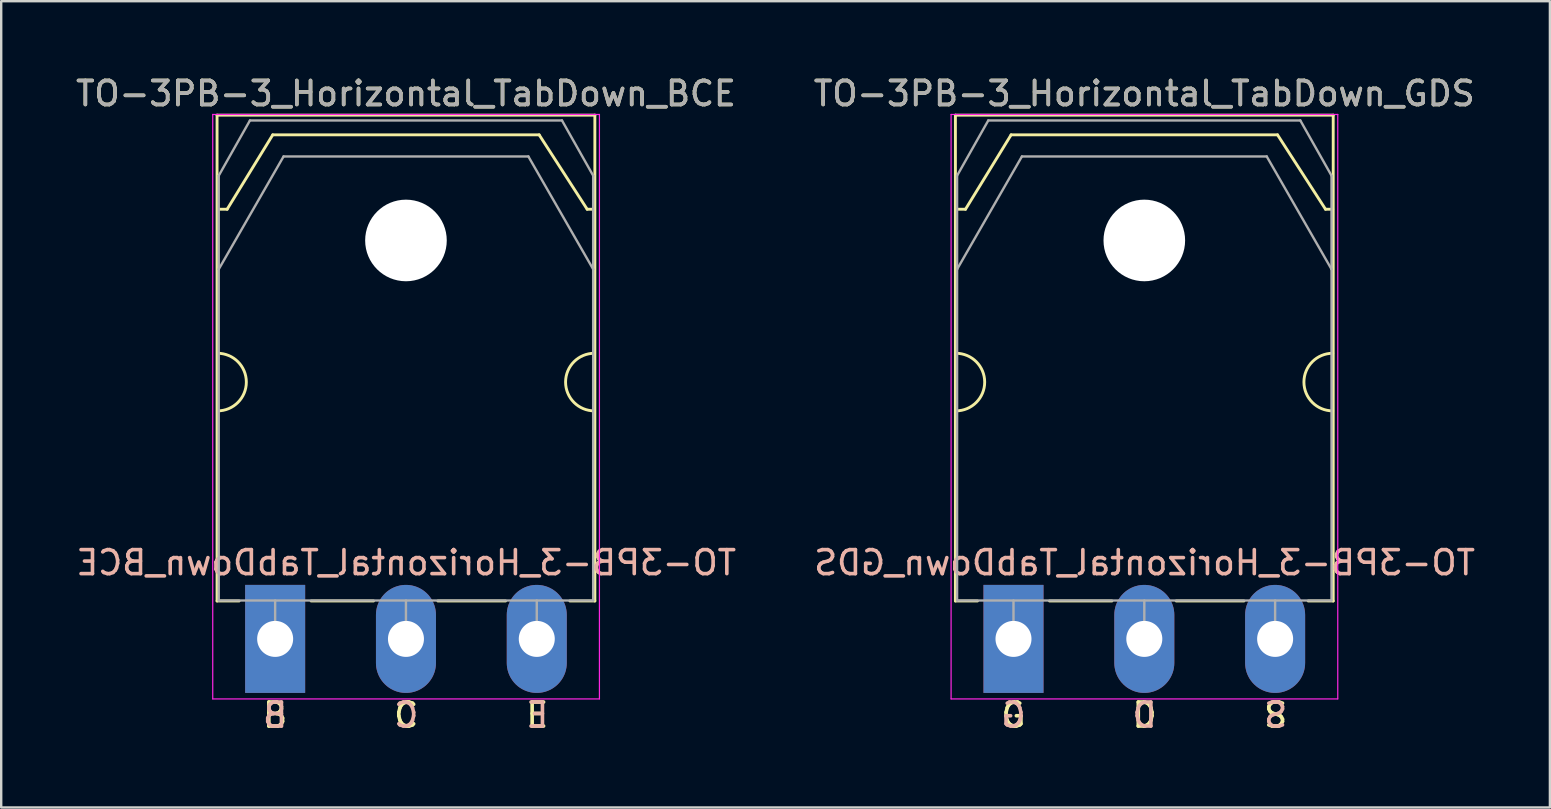
<source format=kicad_pcb>
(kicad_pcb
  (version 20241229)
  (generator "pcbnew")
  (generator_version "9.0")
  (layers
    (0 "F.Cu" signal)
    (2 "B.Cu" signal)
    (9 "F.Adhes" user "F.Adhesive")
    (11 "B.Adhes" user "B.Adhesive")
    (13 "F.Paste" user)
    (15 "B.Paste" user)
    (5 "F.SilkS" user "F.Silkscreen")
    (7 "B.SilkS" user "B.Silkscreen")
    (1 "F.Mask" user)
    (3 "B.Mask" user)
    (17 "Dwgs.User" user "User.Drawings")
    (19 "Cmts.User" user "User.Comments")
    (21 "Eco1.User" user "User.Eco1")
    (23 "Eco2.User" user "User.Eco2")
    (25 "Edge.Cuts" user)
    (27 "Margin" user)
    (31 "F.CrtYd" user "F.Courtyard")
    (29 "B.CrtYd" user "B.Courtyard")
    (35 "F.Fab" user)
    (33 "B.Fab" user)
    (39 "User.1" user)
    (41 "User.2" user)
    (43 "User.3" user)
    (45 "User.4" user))
  (footprint "TO-3PB-3_Horizontal_TabDown_GDS"
    (layer "F.Cu")
    (at 39.174 23.568)
    (property "Reference" "TO-3PB-3_Horizontal_TabDown_GDS" (at 5.45 -22.72 0) (layer "F.SilkS") (effects (font (size 1 1) (thickness 0.15))))
    (fp_line (start -2.42 -21.82) (end -2.42 -1.58) (stroke (width 0.12) (type solid)) (layer "F.SilkS"))
    (fp_line (start -2.42 -21.82) (end 13.32 -21.82) (stroke (width 0.12) (type solid)) (layer "F.SilkS"))
    (fp_line (start -2.42 -1.58) (end -1.5 -1.58) (stroke (width 0.12) (type solid)) (layer "F.SilkS"))
    (fp_line (start -2 -17.9) (end -2.4 -17.9) (stroke (width 0.12) (type solid)) (layer "F.SilkS"))
    (fp_line (start -2 -17.9) (end -0.1 -21) (stroke (width 0.12) (type solid)) (layer "F.SilkS"))
    (fp_line (start -0.1 -21) (end 11 -21) (stroke (width 0.12) (type solid)) (layer "F.SilkS"))
    (fp_line (start 1.5 -1.58) (end 4.1 -1.58) (stroke (width 0.12) (type solid)) (layer "F.SilkS"))
    (fp_line (start 6.78 -1.58) (end 9.6 -1.58) (stroke (width 0.12) (type solid)) (layer "F.SilkS"))
    (fp_line (start 11 -21) (end 13 -17.9) (stroke (width 0.12) (type solid)) (layer "F.SilkS"))
    (fp_line (start 12.28 -1.58) (end 13.32 -1.58) (stroke (width 0.12) (type solid)) (layer "F.SilkS"))
    (fp_line (start 13 -17.9) (end 13.3 -17.9) (stroke (width 0.12) (type solid)) (layer "F.SilkS"))
    (fp_line (start 13.32 -21.82) (end 13.32 -1.58) (stroke (width 0.12) (type solid)) (layer "F.SilkS"))
    (fp_arc (start -2.4 -11.9) (mid -1.2 -10.7) (end -2.4 -9.5) (stroke (width 0.12) (type solid)) (layer "F.SilkS"))
    (fp_arc (start 13.3 -9.5) (mid 12.1 -10.7) (end 13.3 -11.9) (stroke (width 0.12) (type solid)) (layer "F.SilkS"))
    (fp_line (start -2.6 -21.85) (end -2.6 2.5) (stroke (width 0.05) (type solid)) (layer "F.CrtYd"))
    (fp_line (start -2.6 2.5) (end 13.51 2.5) (stroke (width 0.05) (type solid)) (layer "F.CrtYd"))
    (fp_line (start 13.51 -21.85) (end -2.6 -21.85) (stroke (width 0.05) (type solid)) (layer "F.CrtYd"))
    (fp_line (start 13.51 2.5) (end 13.51 -21.85) (stroke (width 0.05) (type solid)) (layer "F.CrtYd"))
    (fp_line (start -2.35 -19.3) (end -1.05 -21.6) (stroke (width 0.1) (type solid)) (layer "F.Fab"))
    (fp_line (start -2.35 -15.401) (end -2.35 -19.3) (stroke (width 0.1) (type solid)) (layer "F.Fab"))
    (fp_line (start -2.35 -15.401) (end 0.351 -20.1) (stroke (width 0.1) (type solid)) (layer "F.Fab"))
    (fp_line (start -2.35 -1.6) (end -2.35 -15.401) (stroke (width 0.1) (type solid)) (layer "F.Fab"))
    (fp_line (start -1.05 -21.6) (end 11.95 -21.6) (stroke (width 0.1) (type solid)) (layer "F.Fab"))
    (fp_line (start 0 -1.6) (end 0 0) (stroke (width 0.1) (type solid)) (layer "F.Fab"))
    (fp_line (start 0.351 -20.1) (end 10.55 -20.1) (stroke (width 0.1) (type solid)) (layer "F.Fab"))
    (fp_line (start 5.45 -1.6) (end 5.45 0) (stroke (width 0.1) (type solid)) (layer "F.Fab"))
    (fp_line (start 10.55 -20.1) (end 13.25 -15.401) (stroke (width 0.1) (type solid)) (layer "F.Fab"))
    (fp_line (start 10.9 -1.6) (end 10.9 0) (stroke (width 0.1) (type solid)) (layer "F.Fab"))
    (fp_line (start 11.95 -21.6) (end 13.25 -19.3) (stroke (width 0.1) (type solid)) (layer "F.Fab"))
    (fp_line (start 13.25 -19.3) (end 13.25 -15.401) (stroke (width 0.1) (type solid)) (layer "F.Fab"))
    (fp_line (start 13.25 -15.401) (end 13.25 -1.6) (stroke (width 0.1) (type solid)) (layer "F.Fab"))
    (fp_line (start 13.25 -1.6) (end -2.35 -1.6) (stroke (width 0.1) (type solid)) (layer "F.Fab"))
    (fp_circle (center 5.45 -16.6) (end 7.05 -16.6) (stroke (width 0.1) (type solid)) (fill no) (layer "F.Fab"))
    (fp_text user "G" (at 0 3.175 0) (unlocked yes) (layer "F.SilkS") (effects (font (size 1 1) (thickness 0.15))))
    (fp_text user "D" (at 5.461 3.175 0) (unlocked yes) (layer "F.SilkS") (effects (font (size 1 1) (thickness 0.15))))
    (fp_text user "S" (at 10.922 3.175 0) (unlocked yes) (layer "F.SilkS") (effects (font (size 1 1) (thickness 0.15))))
    (fp_text user "S" (at 10.922 3.175 0) (unlocked yes) (layer "B.SilkS") (effects (font (size 1 1) (thickness 0.15)) (justify mirror)))
    (fp_text user "G" (at 0 3.175 0) (unlocked yes) (layer "B.SilkS") (effects (font (size 1 1) (thickness 0.15)) (justify mirror)))
    (fp_text user "D" (at 5.461 3.175 0) (unlocked yes) (layer "B.SilkS") (effects (font (size 1 1) (thickness 0.15)) (justify mirror)))
    (fp_text user "${REFERENCE}" (at 5.461 -3.175 0) (layer "B.SilkS") (effects (font (size 1 1) (thickness 0.15)) (justify mirror)))
    (fp_text user "${REFERENCE}" (at 5.45 -22.72 0) (layer "F.Fab") (effects (font (size 1 1) (thickness 0.15))))
    (pad "" np_thru_hole oval (at 5.45 -16.6) (size 3.4 3.4) (drill 3.4) (layers "*.Cu" "*.Mask"))
    (pad "1" thru_hole rect (at 0 0) (size 2.5 4.5) (drill 1.5) (layers "*.Cu" "*.Mask"))
    (pad "2" thru_hole oval (at 5.45 0) (size 2.5 4.5) (drill 1.5) (layers "*.Cu" "*.Mask"))
    (pad "3" thru_hole oval (at 10.9 0) (size 2.5 4.5) (drill 1.5) (layers "*.Cu" "*.Mask")))
  (footprint "TO-3PB-3_Horizontal_TabDown_BCE"
    (layer "F.Cu")
    (at 8.413 23.568)
    (property "Reference" "TO-3PB-3_Horizontal_TabDown_BCE" (at 5.45 -22.72 0) (layer "F.SilkS") (effects (font (size 1 1) (thickness 0.15))))
    (fp_line (start -2.42 -21.82) (end -2.42 -1.58) (stroke (width 0.12) (type solid)) (layer "F.SilkS"))
    (fp_line (start -2.42 -21.82) (end 13.32 -21.82) (stroke (width 0.12) (type solid)) (layer "F.SilkS"))
    (fp_line (start -2.42 -1.58) (end -1.5 -1.58) (stroke (width 0.12) (type solid)) (layer "F.SilkS"))
    (fp_line (start -2 -17.9) (end -2.4 -17.9) (stroke (width 0.12) (type solid)) (layer "F.SilkS"))
    (fp_line (start -2 -17.9) (end -0.1 -21) (stroke (width 0.12) (type solid)) (layer "F.SilkS"))
    (fp_line (start -0.1 -21) (end 11 -21) (stroke (width 0.12) (type solid)) (layer "F.SilkS"))
    (fp_line (start 1.5 -1.58) (end 4.1 -1.58) (stroke (width 0.12) (type solid)) (layer "F.SilkS"))
    (fp_line (start 6.78 -1.58) (end 9.6 -1.58) (stroke (width 0.12) (type solid)) (layer "F.SilkS"))
    (fp_line (start 11 -21) (end 13 -17.9) (stroke (width 0.12) (type solid)) (layer "F.SilkS"))
    (fp_line (start 12.28 -1.58) (end 13.32 -1.58) (stroke (width 0.12) (type solid)) (layer "F.SilkS"))
    (fp_line (start 13 -17.9) (end 13.3 -17.9) (stroke (width 0.12) (type solid)) (layer "F.SilkS"))
    (fp_line (start 13.32 -21.82) (end 13.32 -1.58) (stroke (width 0.12) (type solid)) (layer "F.SilkS"))
    (fp_arc (start -2.4 -11.9) (mid -1.2 -10.7) (end -2.4 -9.5) (stroke (width 0.12) (type solid)) (layer "F.SilkS"))
    (fp_arc (start 13.3 -9.5) (mid 12.1 -10.7) (end 13.3 -11.9) (stroke (width 0.12) (type solid)) (layer "F.SilkS"))
    (fp_line (start -2.6 -21.85) (end -2.6 2.5) (stroke (width 0.05) (type solid)) (layer "F.CrtYd"))
    (fp_line (start -2.6 2.5) (end 13.51 2.5) (stroke (width 0.05) (type solid)) (layer "F.CrtYd"))
    (fp_line (start 13.51 -21.85) (end -2.6 -21.85) (stroke (width 0.05) (type solid)) (layer "F.CrtYd"))
    (fp_line (start 13.51 2.5) (end 13.51 -21.85) (stroke (width 0.05) (type solid)) (layer "F.CrtYd"))
    (fp_line (start -2.35 -19.3) (end -1.05 -21.6) (stroke (width 0.1) (type solid)) (layer "F.Fab"))
    (fp_line (start -2.35 -15.401) (end -2.35 -19.3) (stroke (width 0.1) (type solid)) (layer "F.Fab"))
    (fp_line (start -2.35 -15.401) (end 0.351 -20.1) (stroke (width 0.1) (type solid)) (layer "F.Fab"))
    (fp_line (start -2.35 -1.6) (end -2.35 -15.401) (stroke (width 0.1) (type solid)) (layer "F.Fab"))
    (fp_line (start -1.05 -21.6) (end 11.95 -21.6) (stroke (width 0.1) (type solid)) (layer "F.Fab"))
    (fp_line (start 0 -1.6) (end 0 0) (stroke (width 0.1) (type solid)) (layer "F.Fab"))
    (fp_line (start 0.351 -20.1) (end 10.55 -20.1) (stroke (width 0.1) (type solid)) (layer "F.Fab"))
    (fp_line (start 5.45 -1.6) (end 5.45 0) (stroke (width 0.1) (type solid)) (layer "F.Fab"))
    (fp_line (start 10.55 -20.1) (end 13.25 -15.401) (stroke (width 0.1) (type solid)) (layer "F.Fab"))
    (fp_line (start 10.9 -1.6) (end 10.9 0) (stroke (width 0.1) (type solid)) (layer "F.Fab"))
    (fp_line (start 11.95 -21.6) (end 13.25 -19.3) (stroke (width 0.1) (type solid)) (layer "F.Fab"))
    (fp_line (start 13.25 -19.3) (end 13.25 -15.401) (stroke (width 0.1) (type solid)) (layer "F.Fab"))
    (fp_line (start 13.25 -15.401) (end 13.25 -1.6) (stroke (width 0.1) (type solid)) (layer "F.Fab"))
    (fp_line (start 13.25 -1.6) (end -2.35 -1.6) (stroke (width 0.1) (type solid)) (layer "F.Fab"))
    (fp_circle (center 5.45 -16.6) (end 7.05 -16.6) (stroke (width 0.1) (type solid)) (fill no) (layer "F.Fab"))
    (fp_text user "B" (at 0 3.175 0) (unlocked yes) (layer "F.SilkS") (effects (font (size 1 1) (thickness 0.15))))
    (fp_text user "C" (at 5.461 3.175 0) (unlocked yes) (layer "F.SilkS") (effects (font (size 1 1) (thickness 0.15))))
    (fp_text user "E" (at 10.922 3.175 0) (unlocked yes) (layer "F.SilkS") (effects (font (size 1 1) (thickness 0.15))))
    (fp_text user "C" (at 5.461 3.175 0) (unlocked yes) (layer "B.SilkS") (effects (font (size 1 1) (thickness 0.15)) (justify mirror)))
    (fp_text user "${REFERENCE}" (at 5.461 -3.175 0) (layer "B.SilkS") (effects (font (size 1 1) (thickness 0.15)) (justify mirror)))
    (fp_text user "B" (at 0 3.175 0) (unlocked yes) (layer "B.SilkS") (effects (font (size 1 1) (thickness 0.15)) (justify mirror)))
    (fp_text user "E" (at 10.922 3.175 0) (unlocked yes) (layer "B.SilkS") (effects (font (size 1 1) (thickness 0.15)) (justify mirror)))
    (fp_text user "${REFERENCE}" (at 5.45 -22.72 0) (layer "F.Fab") (effects (font (size 1 1) (thickness 0.15))))
    (pad "" np_thru_hole oval (at 5.45 -16.6) (size 3.4 3.4) (drill 3.4) (layers "*.Cu" "*.Mask"))
    (pad "1" thru_hole rect (at 0 0) (size 2.5 4.5) (drill 1.5) (layers "*.Cu" "*.Mask"))
    (pad "2" thru_hole oval (at 5.45 0) (size 2.5 4.5) (drill 1.5) (layers "*.Cu" "*.Mask"))
    (pad "3" thru_hole oval (at 10.9 0) (size 2.5 4.5) (drill 1.5) (layers "*.Cu" "*.Mask")))
  (gr_rect
    (start -3 -3)
    (end 61.522 30.591)
    (stroke (width 0.1) (type default))
    (fill no)
    (layer "Edge.Cuts")))
</source>
